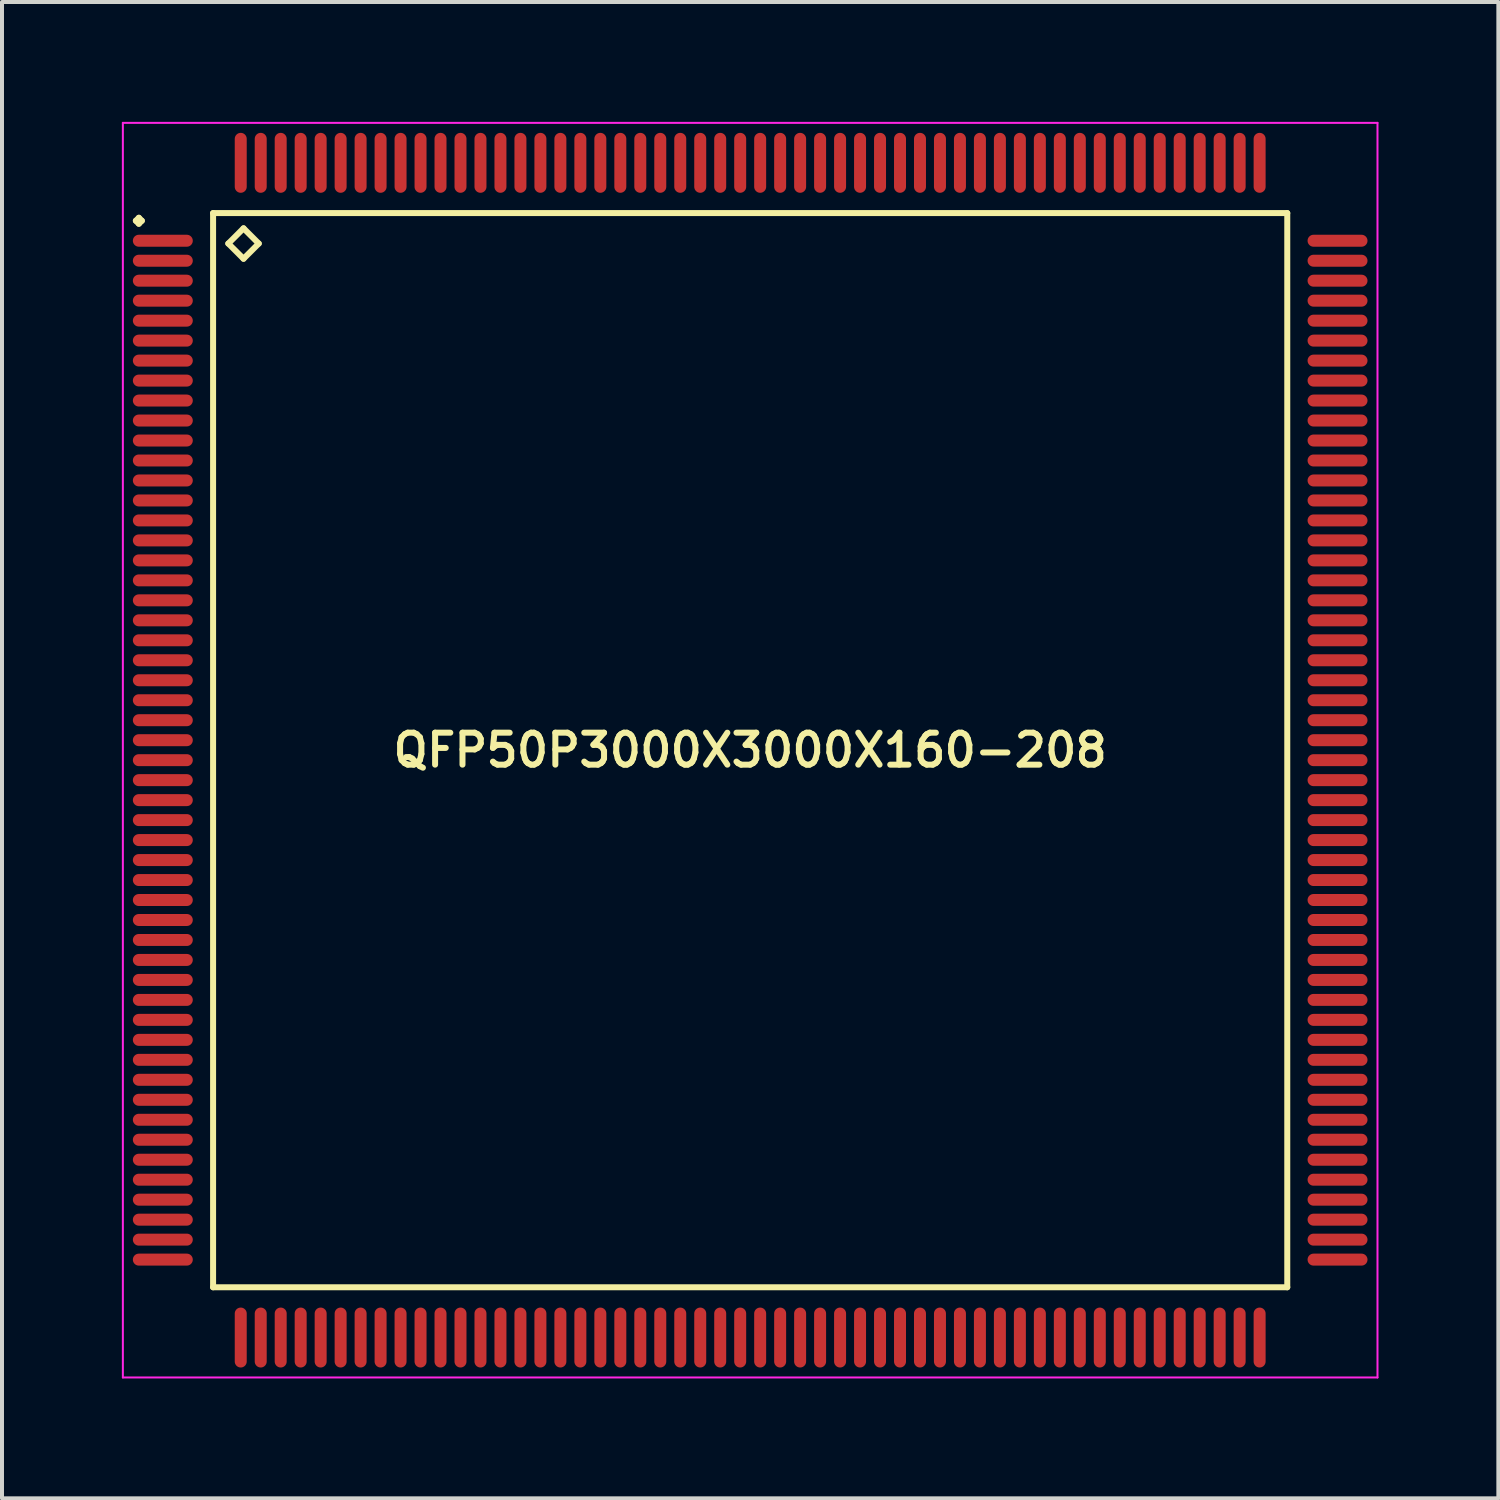
<source format=kicad_pcb>
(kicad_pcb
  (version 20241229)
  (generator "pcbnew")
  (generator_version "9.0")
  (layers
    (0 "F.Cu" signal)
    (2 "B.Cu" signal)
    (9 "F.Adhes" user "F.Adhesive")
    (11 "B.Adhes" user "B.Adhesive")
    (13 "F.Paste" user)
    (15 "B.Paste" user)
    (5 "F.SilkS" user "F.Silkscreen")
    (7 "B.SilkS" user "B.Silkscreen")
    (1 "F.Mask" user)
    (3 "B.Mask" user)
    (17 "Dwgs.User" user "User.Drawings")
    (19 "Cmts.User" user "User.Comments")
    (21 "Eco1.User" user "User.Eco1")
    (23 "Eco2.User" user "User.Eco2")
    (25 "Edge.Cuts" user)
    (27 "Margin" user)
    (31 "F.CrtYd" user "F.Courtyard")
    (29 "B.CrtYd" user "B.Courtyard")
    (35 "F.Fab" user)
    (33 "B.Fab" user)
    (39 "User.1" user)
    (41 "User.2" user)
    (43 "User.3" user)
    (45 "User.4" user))
  (footprint "QFP50P3000X3000X160-208"
    (layer "F.Cu")
    (at 15.725 15.725)
    (property "Reference" "QFP50P3000X3000X160-208" (at 0 0 0) (layer "F.SilkS") (effects (font (size 0.8 0.8) (thickness 0.15))))
    (attr smd)
    (fp_line (start -15.375 -13.25) (end -15.3 -13.325) (stroke (width 0.15) (type solid)) (layer "F.SilkS"))
    (fp_line (start -15.3 -13.325) (end -15.225 -13.25) (stroke (width 0.15) (type solid)) (layer "F.SilkS"))
    (fp_line (start -15.3 -13.175) (end -15.375 -13.25) (stroke (width 0.15) (type solid)) (layer "F.SilkS"))
    (fp_line (start -15.225 -13.25) (end -15.3 -13.175) (stroke (width 0.15) (type solid)) (layer "F.SilkS"))
    (fp_line (start -13.442 -13.442) (end -13.442 13.442) (stroke (width 0.15) (type solid)) (layer "F.SilkS"))
    (fp_line (start -13.442 13.442) (end 13.442 13.442) (stroke (width 0.15) (type solid)) (layer "F.SilkS"))
    (fp_line (start -13.061 -12.68) (end -12.68 -13.061) (stroke (width 0.15) (type solid)) (layer "F.SilkS"))
    (fp_line (start -12.68 -13.061) (end -12.299 -12.68) (stroke (width 0.15) (type solid)) (layer "F.SilkS"))
    (fp_line (start -12.68 -12.299) (end -13.061 -12.68) (stroke (width 0.15) (type solid)) (layer "F.SilkS"))
    (fp_line (start -12.299 -12.68) (end -12.68 -12.299) (stroke (width 0.15) (type solid)) (layer "F.SilkS"))
    (fp_line (start 13.442 -13.442) (end -13.442 -13.442) (stroke (width 0.15) (type solid)) (layer "F.SilkS"))
    (fp_line (start 13.442 13.442) (end 13.442 -13.442) (stroke (width 0.15) (type solid)) (layer "F.SilkS"))
    (fp_line (start -15.7 -15.7) (end 15.7 -15.7) (stroke (width 0.05) (type solid)) (layer "F.CrtYd"))
    (fp_line (start -15.7 15.7) (end -15.7 -15.7) (stroke (width 0.05) (type solid)) (layer "F.CrtYd"))
    (fp_line (start 15.7 -15.7) (end 15.7 15.7) (stroke (width 0.05) (type solid)) (layer "F.CrtYd"))
    (fp_line (start 15.7 15.7) (end -15.7 15.7) (stroke (width 0.05) (type solid)) (layer "F.CrtYd"))
    (pad "1" smd oval (at -14.7 -12.75) (size 1.5 0.3) (layers "F.Cu" "F.Mask" "F.Paste"))
    (pad "2" smd oval (at -14.7 -12.25) (size 1.5 0.3) (layers "F.Cu" "F.Mask" "F.Paste"))
    (pad "3" smd oval (at -14.7 -11.75) (size 1.5 0.3) (layers "F.Cu" "F.Mask" "F.Paste"))
    (pad "4" smd oval (at -14.7 -11.25) (size 1.5 0.3) (layers "F.Cu" "F.Mask" "F.Paste"))
    (pad "5" smd oval (at -14.7 -10.75) (size 1.5 0.3) (layers "F.Cu" "F.Mask" "F.Paste"))
    (pad "6" smd oval (at -14.7 -10.25) (size 1.5 0.3) (layers "F.Cu" "F.Mask" "F.Paste"))
    (pad "7" smd oval (at -14.7 -9.75) (size 1.5 0.3) (layers "F.Cu" "F.Mask" "F.Paste"))
    (pad "8" smd oval (at -14.7 -9.25) (size 1.5 0.3) (layers "F.Cu" "F.Mask" "F.Paste"))
    (pad "9" smd oval (at -14.7 -8.75) (size 1.5 0.3) (layers "F.Cu" "F.Mask" "F.Paste"))
    (pad "10" smd oval (at -14.7 -8.25) (size 1.5 0.3) (layers "F.Cu" "F.Mask" "F.Paste"))
    (pad "11" smd oval (at -14.7 -7.75) (size 1.5 0.3) (layers "F.Cu" "F.Mask" "F.Paste"))
    (pad "12" smd oval (at -14.7 -7.25) (size 1.5 0.3) (layers "F.Cu" "F.Mask" "F.Paste"))
    (pad "13" smd oval (at -14.7 -6.75) (size 1.5 0.3) (layers "F.Cu" "F.Mask" "F.Paste"))
    (pad "14" smd oval (at -14.7 -6.25) (size 1.5 0.3) (layers "F.Cu" "F.Mask" "F.Paste"))
    (pad "15" smd oval (at -14.7 -5.75) (size 1.5 0.3) (layers "F.Cu" "F.Mask" "F.Paste"))
    (pad "16" smd oval (at -14.7 -5.25) (size 1.5 0.3) (layers "F.Cu" "F.Mask" "F.Paste"))
    (pad "17" smd oval (at -14.7 -4.75) (size 1.5 0.3) (layers "F.Cu" "F.Mask" "F.Paste"))
    (pad "18" smd oval (at -14.7 -4.25) (size 1.5 0.3) (layers "F.Cu" "F.Mask" "F.Paste"))
    (pad "19" smd oval (at -14.7 -3.75) (size 1.5 0.3) (layers "F.Cu" "F.Mask" "F.Paste"))
    (pad "20" smd oval (at -14.7 -3.25) (size 1.5 0.3) (layers "F.Cu" "F.Mask" "F.Paste"))
    (pad "21" smd oval (at -14.7 -2.75) (size 1.5 0.3) (layers "F.Cu" "F.Mask" "F.Paste"))
    (pad "22" smd oval (at -14.7 -2.25) (size 1.5 0.3) (layers "F.Cu" "F.Mask" "F.Paste"))
    (pad "23" smd oval (at -14.7 -1.75) (size 1.5 0.3) (layers "F.Cu" "F.Mask" "F.Paste"))
    (pad "24" smd oval (at -14.7 -1.25) (size 1.5 0.3) (layers "F.Cu" "F.Mask" "F.Paste"))
    (pad "25" smd oval (at -14.7 -0.75) (size 1.5 0.3) (layers "F.Cu" "F.Mask" "F.Paste"))
    (pad "26" smd oval (at -14.7 -0.25) (size 1.5 0.3) (layers "F.Cu" "F.Mask" "F.Paste"))
    (pad "27" smd oval (at -14.7 0.25) (size 1.5 0.3) (layers "F.Cu" "F.Mask" "F.Paste"))
    (pad "28" smd oval (at -14.7 0.75) (size 1.5 0.3) (layers "F.Cu" "F.Mask" "F.Paste"))
    (pad "29" smd oval (at -14.7 1.25) (size 1.5 0.3) (layers "F.Cu" "F.Mask" "F.Paste"))
    (pad "30" smd oval (at -14.7 1.75) (size 1.5 0.3) (layers "F.Cu" "F.Mask" "F.Paste"))
    (pad "31" smd oval (at -14.7 2.25) (size 1.5 0.3) (layers "F.Cu" "F.Mask" "F.Paste"))
    (pad "32" smd oval (at -14.7 2.75) (size 1.5 0.3) (layers "F.Cu" "F.Mask" "F.Paste"))
    (pad "33" smd oval (at -14.7 3.25) (size 1.5 0.3) (layers "F.Cu" "F.Mask" "F.Paste"))
    (pad "34" smd oval (at -14.7 3.75) (size 1.5 0.3) (layers "F.Cu" "F.Mask" "F.Paste"))
    (pad "35" smd oval (at -14.7 4.25) (size 1.5 0.3) (layers "F.Cu" "F.Mask" "F.Paste"))
    (pad "36" smd oval (at -14.7 4.75) (size 1.5 0.3) (layers "F.Cu" "F.Mask" "F.Paste"))
    (pad "37" smd oval (at -14.7 5.25) (size 1.5 0.3) (layers "F.Cu" "F.Mask" "F.Paste"))
    (pad "38" smd oval (at -14.7 5.75) (size 1.5 0.3) (layers "F.Cu" "F.Mask" "F.Paste"))
    (pad "39" smd oval (at -14.7 6.25) (size 1.5 0.3) (layers "F.Cu" "F.Mask" "F.Paste"))
    (pad "40" smd oval (at -14.7 6.75) (size 1.5 0.3) (layers "F.Cu" "F.Mask" "F.Paste"))
    (pad "41" smd oval (at -14.7 7.25) (size 1.5 0.3) (layers "F.Cu" "F.Mask" "F.Paste"))
    (pad "42" smd oval (at -14.7 7.75) (size 1.5 0.3) (layers "F.Cu" "F.Mask" "F.Paste"))
    (pad "43" smd oval (at -14.7 8.25) (size 1.5 0.3) (layers "F.Cu" "F.Mask" "F.Paste"))
    (pad "44" smd oval (at -14.7 8.75) (size 1.5 0.3) (layers "F.Cu" "F.Mask" "F.Paste"))
    (pad "45" smd oval (at -14.7 9.25) (size 1.5 0.3) (layers "F.Cu" "F.Mask" "F.Paste"))
    (pad "46" smd oval (at -14.7 9.75) (size 1.5 0.3) (layers "F.Cu" "F.Mask" "F.Paste"))
    (pad "47" smd oval (at -14.7 10.25) (size 1.5 0.3) (layers "F.Cu" "F.Mask" "F.Paste"))
    (pad "48" smd oval (at -14.7 10.75) (size 1.5 0.3) (layers "F.Cu" "F.Mask" "F.Paste"))
    (pad "49" smd oval (at -14.7 11.25) (size 1.5 0.3) (layers "F.Cu" "F.Mask" "F.Paste"))
    (pad "50" smd oval (at -14.7 11.75) (size 1.5 0.3) (layers "F.Cu" "F.Mask" "F.Paste"))
    (pad "51" smd oval (at -14.7 12.25) (size 1.5 0.3) (layers "F.Cu" "F.Mask" "F.Paste"))
    (pad "52" smd oval (at -14.7 12.75) (size 1.5 0.3) (layers "F.Cu" "F.Mask" "F.Paste"))
    (pad "53" smd oval (at -12.75 14.7) (size 0.3 1.5) (layers "F.Cu" "F.Mask" "F.Paste"))
    (pad "54" smd oval (at -12.25 14.7) (size 0.3 1.5) (layers "F.Cu" "F.Mask" "F.Paste"))
    (pad "55" smd oval (at -11.75 14.7) (size 0.3 1.5) (layers "F.Cu" "F.Mask" "F.Paste"))
    (pad "56" smd oval (at -11.25 14.7) (size 0.3 1.5) (layers "F.Cu" "F.Mask" "F.Paste"))
    (pad "57" smd oval (at -10.75 14.7) (size 0.3 1.5) (layers "F.Cu" "F.Mask" "F.Paste"))
    (pad "58" smd oval (at -10.25 14.7) (size 0.3 1.5) (layers "F.Cu" "F.Mask" "F.Paste"))
    (pad "59" smd oval (at -9.75 14.7) (size 0.3 1.5) (layers "F.Cu" "F.Mask" "F.Paste"))
    (pad "60" smd oval (at -9.25 14.7) (size 0.3 1.5) (layers "F.Cu" "F.Mask" "F.Paste"))
    (pad "61" smd oval (at -8.75 14.7) (size 0.3 1.5) (layers "F.Cu" "F.Mask" "F.Paste"))
    (pad "62" smd oval (at -8.25 14.7) (size 0.3 1.5) (layers "F.Cu" "F.Mask" "F.Paste"))
    (pad "63" smd oval (at -7.75 14.7) (size 0.3 1.5) (layers "F.Cu" "F.Mask" "F.Paste"))
    (pad "64" smd oval (at -7.25 14.7) (size 0.3 1.5) (layers "F.Cu" "F.Mask" "F.Paste"))
    (pad "65" smd oval (at -6.75 14.7) (size 0.3 1.5) (layers "F.Cu" "F.Mask" "F.Paste"))
    (pad "66" smd oval (at -6.25 14.7) (size 0.3 1.5) (layers "F.Cu" "F.Mask" "F.Paste"))
    (pad "67" smd oval (at -5.75 14.7) (size 0.3 1.5) (layers "F.Cu" "F.Mask" "F.Paste"))
    (pad "68" smd oval (at -5.25 14.7) (size 0.3 1.5) (layers "F.Cu" "F.Mask" "F.Paste"))
    (pad "69" smd oval (at -4.75 14.7) (size 0.3 1.5) (layers "F.Cu" "F.Mask" "F.Paste"))
    (pad "70" smd oval (at -4.25 14.7) (size 0.3 1.5) (layers "F.Cu" "F.Mask" "F.Paste"))
    (pad "71" smd oval (at -3.75 14.7) (size 0.3 1.5) (layers "F.Cu" "F.Mask" "F.Paste"))
    (pad "72" smd oval (at -3.25 14.7) (size 0.3 1.5) (layers "F.Cu" "F.Mask" "F.Paste"))
    (pad "73" smd oval (at -2.75 14.7) (size 0.3 1.5) (layers "F.Cu" "F.Mask" "F.Paste"))
    (pad "74" smd oval (at -2.25 14.7) (size 0.3 1.5) (layers "F.Cu" "F.Mask" "F.Paste"))
    (pad "75" smd oval (at -1.75 14.7) (size 0.3 1.5) (layers "F.Cu" "F.Mask" "F.Paste"))
    (pad "76" smd oval (at -1.25 14.7) (size 0.3 1.5) (layers "F.Cu" "F.Mask" "F.Paste"))
    (pad "77" smd oval (at -0.75 14.7) (size 0.3 1.5) (layers "F.Cu" "F.Mask" "F.Paste"))
    (pad "78" smd oval (at -0.25 14.7) (size 0.3 1.5) (layers "F.Cu" "F.Mask" "F.Paste"))
    (pad "79" smd oval (at 0.25 14.7) (size 0.3 1.5) (layers "F.Cu" "F.Mask" "F.Paste"))
    (pad "80" smd oval (at 0.75 14.7) (size 0.3 1.5) (layers "F.Cu" "F.Mask" "F.Paste"))
    (pad "81" smd oval (at 1.25 14.7) (size 0.3 1.5) (layers "F.Cu" "F.Mask" "F.Paste"))
    (pad "82" smd oval (at 1.75 14.7) (size 0.3 1.5) (layers "F.Cu" "F.Mask" "F.Paste"))
    (pad "83" smd oval (at 2.25 14.7) (size 0.3 1.5) (layers "F.Cu" "F.Mask" "F.Paste"))
    (pad "84" smd oval (at 2.75 14.7) (size 0.3 1.5) (layers "F.Cu" "F.Mask" "F.Paste"))
    (pad "85" smd oval (at 3.25 14.7) (size 0.3 1.5) (layers "F.Cu" "F.Mask" "F.Paste"))
    (pad "86" smd oval (at 3.75 14.7) (size 0.3 1.5) (layers "F.Cu" "F.Mask" "F.Paste"))
    (pad "87" smd oval (at 4.25 14.7) (size 0.3 1.5) (layers "F.Cu" "F.Mask" "F.Paste"))
    (pad "88" smd oval (at 4.75 14.7) (size 0.3 1.5) (layers "F.Cu" "F.Mask" "F.Paste"))
    (pad "89" smd oval (at 5.25 14.7) (size 0.3 1.5) (layers "F.Cu" "F.Mask" "F.Paste"))
    (pad "90" smd oval (at 5.75 14.7) (size 0.3 1.5) (layers "F.Cu" "F.Mask" "F.Paste"))
    (pad "91" smd oval (at 6.25 14.7) (size 0.3 1.5) (layers "F.Cu" "F.Mask" "F.Paste"))
    (pad "92" smd oval (at 6.75 14.7) (size 0.3 1.5) (layers "F.Cu" "F.Mask" "F.Paste"))
    (pad "93" smd oval (at 7.25 14.7) (size 0.3 1.5) (layers "F.Cu" "F.Mask" "F.Paste"))
    (pad "94" smd oval (at 7.75 14.7) (size 0.3 1.5) (layers "F.Cu" "F.Mask" "F.Paste"))
    (pad "95" smd oval (at 8.25 14.7) (size 0.3 1.5) (layers "F.Cu" "F.Mask" "F.Paste"))
    (pad "96" smd oval (at 8.75 14.7) (size 0.3 1.5) (layers "F.Cu" "F.Mask" "F.Paste"))
    (pad "97" smd oval (at 9.25 14.7) (size 0.3 1.5) (layers "F.Cu" "F.Mask" "F.Paste"))
    (pad "98" smd oval (at 9.75 14.7) (size 0.3 1.5) (layers "F.Cu" "F.Mask" "F.Paste"))
    (pad "99" smd oval (at 10.25 14.7) (size 0.3 1.5) (layers "F.Cu" "F.Mask" "F.Paste"))
    (pad "100" smd oval (at 10.75 14.7) (size 0.3 1.5) (layers "F.Cu" "F.Mask" "F.Paste"))
    (pad "101" smd oval (at 11.25 14.7) (size 0.3 1.5) (layers "F.Cu" "F.Mask" "F.Paste"))
    (pad "102" smd oval (at 11.75 14.7) (size 0.3 1.5) (layers "F.Cu" "F.Mask" "F.Paste"))
    (pad "103" smd oval (at 12.25 14.7) (size 0.3 1.5) (layers "F.Cu" "F.Mask" "F.Paste"))
    (pad "104" smd oval (at 12.75 14.7) (size 0.3 1.5) (layers "F.Cu" "F.Mask" "F.Paste"))
    (pad "105" smd oval (at 14.7 12.75) (size 1.5 0.3) (layers "F.Cu" "F.Mask" "F.Paste"))
    (pad "106" smd oval (at 14.7 12.25) (size 1.5 0.3) (layers "F.Cu" "F.Mask" "F.Paste"))
    (pad "107" smd oval (at 14.7 11.75) (size 1.5 0.3) (layers "F.Cu" "F.Mask" "F.Paste"))
    (pad "108" smd oval (at 14.7 11.25) (size 1.5 0.3) (layers "F.Cu" "F.Mask" "F.Paste"))
    (pad "109" smd oval (at 14.7 10.75) (size 1.5 0.3) (layers "F.Cu" "F.Mask" "F.Paste"))
    (pad "110" smd oval (at 14.7 10.25) (size 1.5 0.3) (layers "F.Cu" "F.Mask" "F.Paste"))
    (pad "111" smd oval (at 14.7 9.75) (size 1.5 0.3) (layers "F.Cu" "F.Mask" "F.Paste"))
    (pad "112" smd oval (at 14.7 9.25) (size 1.5 0.3) (layers "F.Cu" "F.Mask" "F.Paste"))
    (pad "113" smd oval (at 14.7 8.75) (size 1.5 0.3) (layers "F.Cu" "F.Mask" "F.Paste"))
    (pad "114" smd oval (at 14.7 8.25) (size 1.5 0.3) (layers "F.Cu" "F.Mask" "F.Paste"))
    (pad "115" smd oval (at 14.7 7.75) (size 1.5 0.3) (layers "F.Cu" "F.Mask" "F.Paste"))
    (pad "116" smd oval (at 14.7 7.25) (size 1.5 0.3) (layers "F.Cu" "F.Mask" "F.Paste"))
    (pad "117" smd oval (at 14.7 6.75) (size 1.5 0.3) (layers "F.Cu" "F.Mask" "F.Paste"))
    (pad "118" smd oval (at 14.7 6.25) (size 1.5 0.3) (layers "F.Cu" "F.Mask" "F.Paste"))
    (pad "119" smd oval (at 14.7 5.75) (size 1.5 0.3) (layers "F.Cu" "F.Mask" "F.Paste"))
    (pad "120" smd oval (at 14.7 5.25) (size 1.5 0.3) (layers "F.Cu" "F.Mask" "F.Paste"))
    (pad "121" smd oval (at 14.7 4.75) (size 1.5 0.3) (layers "F.Cu" "F.Mask" "F.Paste"))
    (pad "122" smd oval (at 14.7 4.25) (size 1.5 0.3) (layers "F.Cu" "F.Mask" "F.Paste"))
    (pad "123" smd oval (at 14.7 3.75) (size 1.5 0.3) (layers "F.Cu" "F.Mask" "F.Paste"))
    (pad "124" smd oval (at 14.7 3.25) (size 1.5 0.3) (layers "F.Cu" "F.Mask" "F.Paste"))
    (pad "125" smd oval (at 14.7 2.75) (size 1.5 0.3) (layers "F.Cu" "F.Mask" "F.Paste"))
    (pad "126" smd oval (at 14.7 2.25) (size 1.5 0.3) (layers "F.Cu" "F.Mask" "F.Paste"))
    (pad "127" smd oval (at 14.7 1.75) (size 1.5 0.3) (layers "F.Cu" "F.Mask" "F.Paste"))
    (pad "128" smd oval (at 14.7 1.25) (size 1.5 0.3) (layers "F.Cu" "F.Mask" "F.Paste"))
    (pad "129" smd oval (at 14.7 0.75) (size 1.5 0.3) (layers "F.Cu" "F.Mask" "F.Paste"))
    (pad "130" smd oval (at 14.7 0.25) (size 1.5 0.3) (layers "F.Cu" "F.Mask" "F.Paste"))
    (pad "131" smd oval (at 14.7 -0.25) (size 1.5 0.3) (layers "F.Cu" "F.Mask" "F.Paste"))
    (pad "132" smd oval (at 14.7 -0.75) (size 1.5 0.3) (layers "F.Cu" "F.Mask" "F.Paste"))
    (pad "133" smd oval (at 14.7 -1.25) (size 1.5 0.3) (layers "F.Cu" "F.Mask" "F.Paste"))
    (pad "134" smd oval (at 14.7 -1.75) (size 1.5 0.3) (layers "F.Cu" "F.Mask" "F.Paste"))
    (pad "135" smd oval (at 14.7 -2.25) (size 1.5 0.3) (layers "F.Cu" "F.Mask" "F.Paste"))
    (pad "136" smd oval (at 14.7 -2.75) (size 1.5 0.3) (layers "F.Cu" "F.Mask" "F.Paste"))
    (pad "137" smd oval (at 14.7 -3.25) (size 1.5 0.3) (layers "F.Cu" "F.Mask" "F.Paste"))
    (pad "138" smd oval (at 14.7 -3.75) (size 1.5 0.3) (layers "F.Cu" "F.Mask" "F.Paste"))
    (pad "139" smd oval (at 14.7 -4.25) (size 1.5 0.3) (layers "F.Cu" "F.Mask" "F.Paste"))
    (pad "140" smd oval (at 14.7 -4.75) (size 1.5 0.3) (layers "F.Cu" "F.Mask" "F.Paste"))
    (pad "141" smd oval (at 14.7 -5.25) (size 1.5 0.3) (layers "F.Cu" "F.Mask" "F.Paste"))
    (pad "142" smd oval (at 14.7 -5.75) (size 1.5 0.3) (layers "F.Cu" "F.Mask" "F.Paste"))
    (pad "143" smd oval (at 14.7 -6.25) (size 1.5 0.3) (layers "F.Cu" "F.Mask" "F.Paste"))
    (pad "144" smd oval (at 14.7 -6.75) (size 1.5 0.3) (layers "F.Cu" "F.Mask" "F.Paste"))
    (pad "145" smd oval (at 14.7 -7.25) (size 1.5 0.3) (layers "F.Cu" "F.Mask" "F.Paste"))
    (pad "146" smd oval (at 14.7 -7.75) (size 1.5 0.3) (layers "F.Cu" "F.Mask" "F.Paste"))
    (pad "147" smd oval (at 14.7 -8.25) (size 1.5 0.3) (layers "F.Cu" "F.Mask" "F.Paste"))
    (pad "148" smd oval (at 14.7 -8.75) (size 1.5 0.3) (layers "F.Cu" "F.Mask" "F.Paste"))
    (pad "149" smd oval (at 14.7 -9.25) (size 1.5 0.3) (layers "F.Cu" "F.Mask" "F.Paste"))
    (pad "150" smd oval (at 14.7 -9.75) (size 1.5 0.3) (layers "F.Cu" "F.Mask" "F.Paste"))
    (pad "151" smd oval (at 14.7 -10.25) (size 1.5 0.3) (layers "F.Cu" "F.Mask" "F.Paste"))
    (pad "152" smd oval (at 14.7 -10.75) (size 1.5 0.3) (layers "F.Cu" "F.Mask" "F.Paste"))
    (pad "153" smd oval (at 14.7 -11.25) (size 1.5 0.3) (layers "F.Cu" "F.Mask" "F.Paste"))
    (pad "154" smd oval (at 14.7 -11.75) (size 1.5 0.3) (layers "F.Cu" "F.Mask" "F.Paste"))
    (pad "155" smd oval (at 14.7 -12.25) (size 1.5 0.3) (layers "F.Cu" "F.Mask" "F.Paste"))
    (pad "156" smd oval (at 14.7 -12.75) (size 1.5 0.3) (layers "F.Cu" "F.Mask" "F.Paste"))
    (pad "157" smd oval (at 12.75 -14.7) (size 0.3 1.5) (layers "F.Cu" "F.Mask" "F.Paste"))
    (pad "158" smd oval (at 12.25 -14.7) (size 0.3 1.5) (layers "F.Cu" "F.Mask" "F.Paste"))
    (pad "159" smd oval (at 11.75 -14.7) (size 0.3 1.5) (layers "F.Cu" "F.Mask" "F.Paste"))
    (pad "160" smd oval (at 11.25 -14.7) (size 0.3 1.5) (layers "F.Cu" "F.Mask" "F.Paste"))
    (pad "161" smd oval (at 10.75 -14.7) (size 0.3 1.5) (layers "F.Cu" "F.Mask" "F.Paste"))
    (pad "162" smd oval (at 10.25 -14.7) (size 0.3 1.5) (layers "F.Cu" "F.Mask" "F.Paste"))
    (pad "163" smd oval (at 9.75 -14.7) (size 0.3 1.5) (layers "F.Cu" "F.Mask" "F.Paste"))
    (pad "164" smd oval (at 9.25 -14.7) (size 0.3 1.5) (layers "F.Cu" "F.Mask" "F.Paste"))
    (pad "165" smd oval (at 8.75 -14.7) (size 0.3 1.5) (layers "F.Cu" "F.Mask" "F.Paste"))
    (pad "166" smd oval (at 8.25 -14.7) (size 0.3 1.5) (layers "F.Cu" "F.Mask" "F.Paste"))
    (pad "167" smd oval (at 7.75 -14.7) (size 0.3 1.5) (layers "F.Cu" "F.Mask" "F.Paste"))
    (pad "168" smd oval (at 7.25 -14.7) (size 0.3 1.5) (layers "F.Cu" "F.Mask" "F.Paste"))
    (pad "169" smd oval (at 6.75 -14.7) (size 0.3 1.5) (layers "F.Cu" "F.Mask" "F.Paste"))
    (pad "170" smd oval (at 6.25 -14.7) (size 0.3 1.5) (layers "F.Cu" "F.Mask" "F.Paste"))
    (pad "171" smd oval (at 5.75 -14.7) (size 0.3 1.5) (layers "F.Cu" "F.Mask" "F.Paste"))
    (pad "172" smd oval (at 5.25 -14.7) (size 0.3 1.5) (layers "F.Cu" "F.Mask" "F.Paste"))
    (pad "173" smd oval (at 4.75 -14.7) (size 0.3 1.5) (layers "F.Cu" "F.Mask" "F.Paste"))
    (pad "174" smd oval (at 4.25 -14.7) (size 0.3 1.5) (layers "F.Cu" "F.Mask" "F.Paste"))
    (pad "175" smd oval (at 3.75 -14.7) (size 0.3 1.5) (layers "F.Cu" "F.Mask" "F.Paste"))
    (pad "176" smd oval (at 3.25 -14.7) (size 0.3 1.5) (layers "F.Cu" "F.Mask" "F.Paste"))
    (pad "177" smd oval (at 2.75 -14.7) (size 0.3 1.5) (layers "F.Cu" "F.Mask" "F.Paste"))
    (pad "178" smd oval (at 2.25 -14.7) (size 0.3 1.5) (layers "F.Cu" "F.Mask" "F.Paste"))
    (pad "179" smd oval (at 1.75 -14.7) (size 0.3 1.5) (layers "F.Cu" "F.Mask" "F.Paste"))
    (pad "180" smd oval (at 1.25 -14.7) (size 0.3 1.5) (layers "F.Cu" "F.Mask" "F.Paste"))
    (pad "181" smd oval (at 0.75 -14.7) (size 0.3 1.5) (layers "F.Cu" "F.Mask" "F.Paste"))
    (pad "182" smd oval (at 0.25 -14.7) (size 0.3 1.5) (layers "F.Cu" "F.Mask" "F.Paste"))
    (pad "183" smd oval (at -0.25 -14.7) (size 0.3 1.5) (layers "F.Cu" "F.Mask" "F.Paste"))
    (pad "184" smd oval (at -0.75 -14.7) (size 0.3 1.5) (layers "F.Cu" "F.Mask" "F.Paste"))
    (pad "185" smd oval (at -1.25 -14.7) (size 0.3 1.5) (layers "F.Cu" "F.Mask" "F.Paste"))
    (pad "186" smd oval (at -1.75 -14.7) (size 0.3 1.5) (layers "F.Cu" "F.Mask" "F.Paste"))
    (pad "187" smd oval (at -2.25 -14.7) (size 0.3 1.5) (layers "F.Cu" "F.Mask" "F.Paste"))
    (pad "188" smd oval (at -2.75 -14.7) (size 0.3 1.5) (layers "F.Cu" "F.Mask" "F.Paste"))
    (pad "189" smd oval (at -3.25 -14.7) (size 0.3 1.5) (layers "F.Cu" "F.Mask" "F.Paste"))
    (pad "190" smd oval (at -3.75 -14.7) (size 0.3 1.5) (layers "F.Cu" "F.Mask" "F.Paste"))
    (pad "191" smd oval (at -4.25 -14.7) (size 0.3 1.5) (layers "F.Cu" "F.Mask" "F.Paste"))
    (pad "192" smd oval (at -4.75 -14.7) (size 0.3 1.5) (layers "F.Cu" "F.Mask" "F.Paste"))
    (pad "193" smd oval (at -5.25 -14.7) (size 0.3 1.5) (layers "F.Cu" "F.Mask" "F.Paste"))
    (pad "194" smd oval (at -5.75 -14.7) (size 0.3 1.5) (layers "F.Cu" "F.Mask" "F.Paste"))
    (pad "195" smd oval (at -6.25 -14.7) (size 0.3 1.5) (layers "F.Cu" "F.Mask" "F.Paste"))
    (pad "196" smd oval (at -6.75 -14.7) (size 0.3 1.5) (layers "F.Cu" "F.Mask" "F.Paste"))
    (pad "197" smd oval (at -7.25 -14.7) (size 0.3 1.5) (layers "F.Cu" "F.Mask" "F.Paste"))
    (pad "198" smd oval (at -7.75 -14.7) (size 0.3 1.5) (layers "F.Cu" "F.Mask" "F.Paste"))
    (pad "199" smd oval (at -8.25 -14.7) (size 0.3 1.5) (layers "F.Cu" "F.Mask" "F.Paste"))
    (pad "200" smd oval (at -8.75 -14.7) (size 0.3 1.5) (layers "F.Cu" "F.Mask" "F.Paste"))
    (pad "201" smd oval (at -9.25 -14.7) (size 0.3 1.5) (layers "F.Cu" "F.Mask" "F.Paste"))
    (pad "202" smd oval (at -9.75 -14.7) (size 0.3 1.5) (layers "F.Cu" "F.Mask" "F.Paste"))
    (pad "203" smd oval (at -10.25 -14.7) (size 0.3 1.5) (layers "F.Cu" "F.Mask" "F.Paste"))
    (pad "204" smd oval (at -10.75 -14.7) (size 0.3 1.5) (layers "F.Cu" "F.Mask" "F.Paste"))
    (pad "205" smd oval (at -11.25 -14.7) (size 0.3 1.5) (layers "F.Cu" "F.Mask" "F.Paste"))
    (pad "206" smd oval (at -11.75 -14.7) (size 0.3 1.5) (layers "F.Cu" "F.Mask" "F.Paste"))
    (pad "207" smd oval (at -12.25 -14.7) (size 0.3 1.5) (layers "F.Cu" "F.Mask" "F.Paste"))
    (pad "208" smd oval (at -12.75 -14.7) (size 0.3 1.5) (layers "F.Cu" "F.Mask" "F.Paste")))
  (gr_rect
    (start -3 -3)
    (end 34.45 34.45)
    (stroke (width 0.1) (type default))
    (fill no)
    (layer "Edge.Cuts")))
</source>
